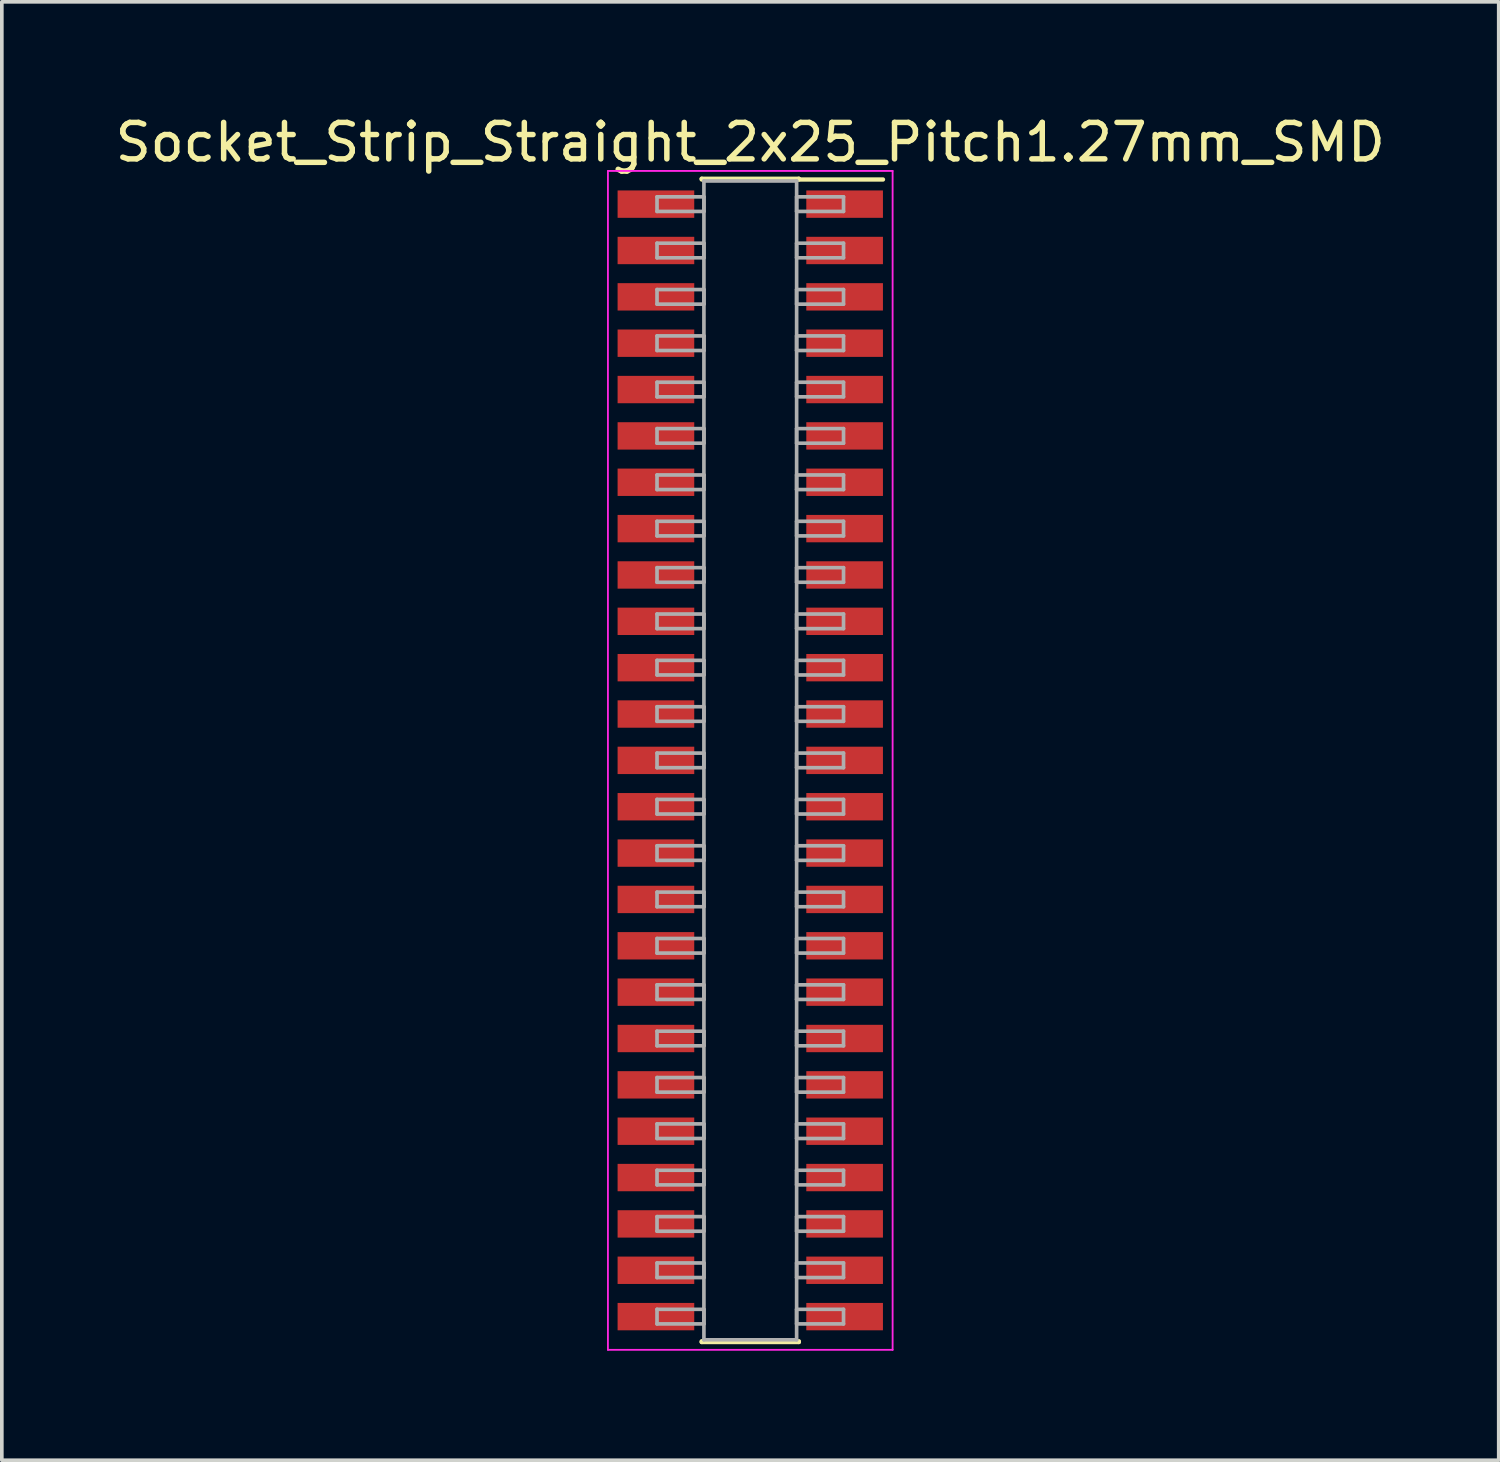
<source format=kicad_pcb>
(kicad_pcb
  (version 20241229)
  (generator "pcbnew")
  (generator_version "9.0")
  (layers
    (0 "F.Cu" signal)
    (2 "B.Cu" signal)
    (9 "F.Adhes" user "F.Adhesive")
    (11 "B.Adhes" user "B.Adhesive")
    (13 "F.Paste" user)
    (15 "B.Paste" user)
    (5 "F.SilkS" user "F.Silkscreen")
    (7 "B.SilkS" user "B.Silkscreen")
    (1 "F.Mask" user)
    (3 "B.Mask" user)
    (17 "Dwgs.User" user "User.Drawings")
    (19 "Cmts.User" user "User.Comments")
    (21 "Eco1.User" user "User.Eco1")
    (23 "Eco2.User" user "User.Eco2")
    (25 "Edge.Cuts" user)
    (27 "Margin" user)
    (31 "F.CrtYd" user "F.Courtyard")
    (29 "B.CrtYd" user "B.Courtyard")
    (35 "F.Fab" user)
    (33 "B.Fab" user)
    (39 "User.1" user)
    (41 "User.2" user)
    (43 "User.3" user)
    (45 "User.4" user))
  (footprint "Socket_Strip_Straight_2x25_Pitch1.27mm_SMD"
    (layer "F.Cu")
    (at 17.506 17.783)
    (property "Reference" "Socket_Strip_Straight_2x25_Pitch1.27mm_SMD" (at 0 -16.935 0) (layer "F.SilkS") (effects (font (size 1 1) (thickness 0.15))))
    (attr smd)
    (fp_line (start -1.33 -15.935) (end 1.33 -15.935) (stroke (width 0.12) (type solid)) (layer "F.SilkS"))
    (fp_line (start -1.33 -15.915) (end -1.33 -15.935) (stroke (width 0.12) (type solid)) (layer "F.SilkS"))
    (fp_line (start -1.33 15.915) (end -1.33 15.935) (stroke (width 0.12) (type solid)) (layer "F.SilkS"))
    (fp_line (start -1.33 15.935) (end 1.33 15.935) (stroke (width 0.12) (type solid)) (layer "F.SilkS"))
    (fp_line (start 1.33 -15.935) (end 1.33 -15.915) (stroke (width 0.12) (type solid)) (layer "F.SilkS"))
    (fp_line (start 1.33 15.935) (end 1.33 15.915) (stroke (width 0.12) (type solid)) (layer "F.SilkS"))
    (fp_line (start 3.635 -15.915) (end 1.33 -15.915) (stroke (width 0.12) (type solid)) (layer "F.SilkS"))
    (fp_line (start -3.9 -16.15) (end -3.9 16.15) (stroke (width 0.05) (type solid)) (layer "F.CrtYd"))
    (fp_line (start -3.9 16.15) (end 3.9 16.15) (stroke (width 0.05) (type solid)) (layer "F.CrtYd"))
    (fp_line (start 3.9 -16.15) (end -3.9 -16.15) (stroke (width 0.05) (type solid)) (layer "F.CrtYd"))
    (fp_line (start 3.9 16.15) (end 3.9 -16.15) (stroke (width 0.05) (type solid)) (layer "F.CrtYd"))
    (fp_line (start -2.555 -15.44) (end -1.27 -15.44) (stroke (width 0.1) (type solid)) (layer "F.Fab"))
    (fp_line (start -2.555 -15.04) (end -2.555 -15.44) (stroke (width 0.1) (type solid)) (layer "F.Fab"))
    (fp_line (start -2.555 -14.17) (end -1.27 -14.17) (stroke (width 0.1) (type solid)) (layer "F.Fab"))
    (fp_line (start -2.555 -13.77) (end -2.555 -14.17) (stroke (width 0.1) (type solid)) (layer "F.Fab"))
    (fp_line (start -2.555 -12.9) (end -1.27 -12.9) (stroke (width 0.1) (type solid)) (layer "F.Fab"))
    (fp_line (start -2.555 -12.5) (end -2.555 -12.9) (stroke (width 0.1) (type solid)) (layer "F.Fab"))
    (fp_line (start -2.555 -11.63) (end -1.27 -11.63) (stroke (width 0.1) (type solid)) (layer "F.Fab"))
    (fp_line (start -2.555 -11.23) (end -2.555 -11.63) (stroke (width 0.1) (type solid)) (layer "F.Fab"))
    (fp_line (start -2.555 -10.36) (end -1.27 -10.36) (stroke (width 0.1) (type solid)) (layer "F.Fab"))
    (fp_line (start -2.555 -9.96) (end -2.555 -10.36) (stroke (width 0.1) (type solid)) (layer "F.Fab"))
    (fp_line (start -2.555 -9.09) (end -1.27 -9.09) (stroke (width 0.1) (type solid)) (layer "F.Fab"))
    (fp_line (start -2.555 -8.69) (end -2.555 -9.09) (stroke (width 0.1) (type solid)) (layer "F.Fab"))
    (fp_line (start -2.555 -7.82) (end -1.27 -7.82) (stroke (width 0.1) (type solid)) (layer "F.Fab"))
    (fp_line (start -2.555 -7.42) (end -2.555 -7.82) (stroke (width 0.1) (type solid)) (layer "F.Fab"))
    (fp_line (start -2.555 -6.55) (end -1.27 -6.55) (stroke (width 0.1) (type solid)) (layer "F.Fab"))
    (fp_line (start -2.555 -6.15) (end -2.555 -6.55) (stroke (width 0.1) (type solid)) (layer "F.Fab"))
    (fp_line (start -2.555 -5.28) (end -1.27 -5.28) (stroke (width 0.1) (type solid)) (layer "F.Fab"))
    (fp_line (start -2.555 -4.88) (end -2.555 -5.28) (stroke (width 0.1) (type solid)) (layer "F.Fab"))
    (fp_line (start -2.555 -4.01) (end -1.27 -4.01) (stroke (width 0.1) (type solid)) (layer "F.Fab"))
    (fp_line (start -2.555 -3.61) (end -2.555 -4.01) (stroke (width 0.1) (type solid)) (layer "F.Fab"))
    (fp_line (start -2.555 -2.74) (end -1.27 -2.74) (stroke (width 0.1) (type solid)) (layer "F.Fab"))
    (fp_line (start -2.555 -2.34) (end -2.555 -2.74) (stroke (width 0.1) (type solid)) (layer "F.Fab"))
    (fp_line (start -2.555 -1.47) (end -1.27 -1.47) (stroke (width 0.1) (type solid)) (layer "F.Fab"))
    (fp_line (start -2.555 -1.07) (end -2.555 -1.47) (stroke (width 0.1) (type solid)) (layer "F.Fab"))
    (fp_line (start -2.555 -0.2) (end -1.27 -0.2) (stroke (width 0.1) (type solid)) (layer "F.Fab"))
    (fp_line (start -2.555 0.2) (end -2.555 -0.2) (stroke (width 0.1) (type solid)) (layer "F.Fab"))
    (fp_line (start -2.555 1.07) (end -1.27 1.07) (stroke (width 0.1) (type solid)) (layer "F.Fab"))
    (fp_line (start -2.555 1.47) (end -2.555 1.07) (stroke (width 0.1) (type solid)) (layer "F.Fab"))
    (fp_line (start -2.555 2.34) (end -1.27 2.34) (stroke (width 0.1) (type solid)) (layer "F.Fab"))
    (fp_line (start -2.555 2.74) (end -2.555 2.34) (stroke (width 0.1) (type solid)) (layer "F.Fab"))
    (fp_line (start -2.555 3.61) (end -1.27 3.61) (stroke (width 0.1) (type solid)) (layer "F.Fab"))
    (fp_line (start -2.555 4.01) (end -2.555 3.61) (stroke (width 0.1) (type solid)) (layer "F.Fab"))
    (fp_line (start -2.555 4.88) (end -1.27 4.88) (stroke (width 0.1) (type solid)) (layer "F.Fab"))
    (fp_line (start -2.555 5.28) (end -2.555 4.88) (stroke (width 0.1) (type solid)) (layer "F.Fab"))
    (fp_line (start -2.555 6.15) (end -1.27 6.15) (stroke (width 0.1) (type solid)) (layer "F.Fab"))
    (fp_line (start -2.555 6.55) (end -2.555 6.15) (stroke (width 0.1) (type solid)) (layer "F.Fab"))
    (fp_line (start -2.555 7.42) (end -1.27 7.42) (stroke (width 0.1) (type solid)) (layer "F.Fab"))
    (fp_line (start -2.555 7.82) (end -2.555 7.42) (stroke (width 0.1) (type solid)) (layer "F.Fab"))
    (fp_line (start -2.555 8.69) (end -1.27 8.69) (stroke (width 0.1) (type solid)) (layer "F.Fab"))
    (fp_line (start -2.555 9.09) (end -2.555 8.69) (stroke (width 0.1) (type solid)) (layer "F.Fab"))
    (fp_line (start -2.555 9.96) (end -1.27 9.96) (stroke (width 0.1) (type solid)) (layer "F.Fab"))
    (fp_line (start -2.555 10.36) (end -2.555 9.96) (stroke (width 0.1) (type solid)) (layer "F.Fab"))
    (fp_line (start -2.555 11.23) (end -1.27 11.23) (stroke (width 0.1) (type solid)) (layer "F.Fab"))
    (fp_line (start -2.555 11.63) (end -2.555 11.23) (stroke (width 0.1) (type solid)) (layer "F.Fab"))
    (fp_line (start -2.555 12.5) (end -1.27 12.5) (stroke (width 0.1) (type solid)) (layer "F.Fab"))
    (fp_line (start -2.555 12.9) (end -2.555 12.5) (stroke (width 0.1) (type solid)) (layer "F.Fab"))
    (fp_line (start -2.555 13.77) (end -1.27 13.77) (stroke (width 0.1) (type solid)) (layer "F.Fab"))
    (fp_line (start -2.555 14.17) (end -2.555 13.77) (stroke (width 0.1) (type solid)) (layer "F.Fab"))
    (fp_line (start -2.555 15.04) (end -1.27 15.04) (stroke (width 0.1) (type solid)) (layer "F.Fab"))
    (fp_line (start -2.555 15.44) (end -2.555 15.04) (stroke (width 0.1) (type solid)) (layer "F.Fab"))
    (fp_line (start -1.27 -15.875) (end -1.27 15.875) (stroke (width 0.1) (type solid)) (layer "F.Fab"))
    (fp_line (start -1.27 -15.44) (end -1.27 -15.04) (stroke (width 0.1) (type solid)) (layer "F.Fab"))
    (fp_line (start -1.27 -15.04) (end -2.555 -15.04) (stroke (width 0.1) (type solid)) (layer "F.Fab"))
    (fp_line (start -1.27 -14.17) (end -1.27 -13.77) (stroke (width 0.1) (type solid)) (layer "F.Fab"))
    (fp_line (start -1.27 -13.77) (end -2.555 -13.77) (stroke (width 0.1) (type solid)) (layer "F.Fab"))
    (fp_line (start -1.27 -12.9) (end -1.27 -12.5) (stroke (width 0.1) (type solid)) (layer "F.Fab"))
    (fp_line (start -1.27 -12.5) (end -2.555 -12.5) (stroke (width 0.1) (type solid)) (layer "F.Fab"))
    (fp_line (start -1.27 -11.63) (end -1.27 -11.23) (stroke (width 0.1) (type solid)) (layer "F.Fab"))
    (fp_line (start -1.27 -11.23) (end -2.555 -11.23) (stroke (width 0.1) (type solid)) (layer "F.Fab"))
    (fp_line (start -1.27 -10.36) (end -1.27 -9.96) (stroke (width 0.1) (type solid)) (layer "F.Fab"))
    (fp_line (start -1.27 -9.96) (end -2.555 -9.96) (stroke (width 0.1) (type solid)) (layer "F.Fab"))
    (fp_line (start -1.27 -9.09) (end -1.27 -8.69) (stroke (width 0.1) (type solid)) (layer "F.Fab"))
    (fp_line (start -1.27 -8.69) (end -2.555 -8.69) (stroke (width 0.1) (type solid)) (layer "F.Fab"))
    (fp_line (start -1.27 -7.82) (end -1.27 -7.42) (stroke (width 0.1) (type solid)) (layer "F.Fab"))
    (fp_line (start -1.27 -7.42) (end -2.555 -7.42) (stroke (width 0.1) (type solid)) (layer "F.Fab"))
    (fp_line (start -1.27 -6.55) (end -1.27 -6.15) (stroke (width 0.1) (type solid)) (layer "F.Fab"))
    (fp_line (start -1.27 -6.15) (end -2.555 -6.15) (stroke (width 0.1) (type solid)) (layer "F.Fab"))
    (fp_line (start -1.27 -5.28) (end -1.27 -4.88) (stroke (width 0.1) (type solid)) (layer "F.Fab"))
    (fp_line (start -1.27 -4.88) (end -2.555 -4.88) (stroke (width 0.1) (type solid)) (layer "F.Fab"))
    (fp_line (start -1.27 -4.01) (end -1.27 -3.61) (stroke (width 0.1) (type solid)) (layer "F.Fab"))
    (fp_line (start -1.27 -3.61) (end -2.555 -3.61) (stroke (width 0.1) (type solid)) (layer "F.Fab"))
    (fp_line (start -1.27 -2.74) (end -1.27 -2.34) (stroke (width 0.1) (type solid)) (layer "F.Fab"))
    (fp_line (start -1.27 -2.34) (end -2.555 -2.34) (stroke (width 0.1) (type solid)) (layer "F.Fab"))
    (fp_line (start -1.27 -1.47) (end -1.27 -1.07) (stroke (width 0.1) (type solid)) (layer "F.Fab"))
    (fp_line (start -1.27 -1.07) (end -2.555 -1.07) (stroke (width 0.1) (type solid)) (layer "F.Fab"))
    (fp_line (start -1.27 -0.2) (end -1.27 0.2) (stroke (width 0.1) (type solid)) (layer "F.Fab"))
    (fp_line (start -1.27 0.2) (end -2.555 0.2) (stroke (width 0.1) (type solid)) (layer "F.Fab"))
    (fp_line (start -1.27 1.07) (end -1.27 1.47) (stroke (width 0.1) (type solid)) (layer "F.Fab"))
    (fp_line (start -1.27 1.47) (end -2.555 1.47) (stroke (width 0.1) (type solid)) (layer "F.Fab"))
    (fp_line (start -1.27 2.34) (end -1.27 2.74) (stroke (width 0.1) (type solid)) (layer "F.Fab"))
    (fp_line (start -1.27 2.74) (end -2.555 2.74) (stroke (width 0.1) (type solid)) (layer "F.Fab"))
    (fp_line (start -1.27 3.61) (end -1.27 4.01) (stroke (width 0.1) (type solid)) (layer "F.Fab"))
    (fp_line (start -1.27 4.01) (end -2.555 4.01) (stroke (width 0.1) (type solid)) (layer "F.Fab"))
    (fp_line (start -1.27 4.88) (end -1.27 5.28) (stroke (width 0.1) (type solid)) (layer "F.Fab"))
    (fp_line (start -1.27 5.28) (end -2.555 5.28) (stroke (width 0.1) (type solid)) (layer "F.Fab"))
    (fp_line (start -1.27 6.15) (end -1.27 6.55) (stroke (width 0.1) (type solid)) (layer "F.Fab"))
    (fp_line (start -1.27 6.55) (end -2.555 6.55) (stroke (width 0.1) (type solid)) (layer "F.Fab"))
    (fp_line (start -1.27 7.42) (end -1.27 7.82) (stroke (width 0.1) (type solid)) (layer "F.Fab"))
    (fp_line (start -1.27 7.82) (end -2.555 7.82) (stroke (width 0.1) (type solid)) (layer "F.Fab"))
    (fp_line (start -1.27 8.69) (end -1.27 9.09) (stroke (width 0.1) (type solid)) (layer "F.Fab"))
    (fp_line (start -1.27 9.09) (end -2.555 9.09) (stroke (width 0.1) (type solid)) (layer "F.Fab"))
    (fp_line (start -1.27 9.96) (end -1.27 10.36) (stroke (width 0.1) (type solid)) (layer "F.Fab"))
    (fp_line (start -1.27 10.36) (end -2.555 10.36) (stroke (width 0.1) (type solid)) (layer "F.Fab"))
    (fp_line (start -1.27 11.23) (end -1.27 11.63) (stroke (width 0.1) (type solid)) (layer "F.Fab"))
    (fp_line (start -1.27 11.63) (end -2.555 11.63) (stroke (width 0.1) (type solid)) (layer "F.Fab"))
    (fp_line (start -1.27 12.5) (end -1.27 12.9) (stroke (width 0.1) (type solid)) (layer "F.Fab"))
    (fp_line (start -1.27 12.9) (end -2.555 12.9) (stroke (width 0.1) (type solid)) (layer "F.Fab"))
    (fp_line (start -1.27 13.77) (end -1.27 14.17) (stroke (width 0.1) (type solid)) (layer "F.Fab"))
    (fp_line (start -1.27 14.17) (end -2.555 14.17) (stroke (width 0.1) (type solid)) (layer "F.Fab"))
    (fp_line (start -1.27 15.04) (end -1.27 15.44) (stroke (width 0.1) (type solid)) (layer "F.Fab"))
    (fp_line (start -1.27 15.44) (end -2.555 15.44) (stroke (width 0.1) (type solid)) (layer "F.Fab"))
    (fp_line (start -1.27 15.875) (end 1.27 15.875) (stroke (width 0.1) (type solid)) (layer "F.Fab"))
    (fp_line (start 1.27 -15.875) (end -1.27 -15.875) (stroke (width 0.1) (type solid)) (layer "F.Fab"))
    (fp_line (start 1.27 -15.44) (end 1.27 -15.04) (stroke (width 0.1) (type solid)) (layer "F.Fab"))
    (fp_line (start 1.27 -15.04) (end 2.555 -15.04) (stroke (width 0.1) (type solid)) (layer "F.Fab"))
    (fp_line (start 1.27 -14.17) (end 1.27 -13.77) (stroke (width 0.1) (type solid)) (layer "F.Fab"))
    (fp_line (start 1.27 -13.77) (end 2.555 -13.77) (stroke (width 0.1) (type solid)) (layer "F.Fab"))
    (fp_line (start 1.27 -12.9) (end 1.27 -12.5) (stroke (width 0.1) (type solid)) (layer "F.Fab"))
    (fp_line (start 1.27 -12.5) (end 2.555 -12.5) (stroke (width 0.1) (type solid)) (layer "F.Fab"))
    (fp_line (start 1.27 -11.63) (end 1.27 -11.23) (stroke (width 0.1) (type solid)) (layer "F.Fab"))
    (fp_line (start 1.27 -11.23) (end 2.555 -11.23) (stroke (width 0.1) (type solid)) (layer "F.Fab"))
    (fp_line (start 1.27 -10.36) (end 1.27 -9.96) (stroke (width 0.1) (type solid)) (layer "F.Fab"))
    (fp_line (start 1.27 -9.96) (end 2.555 -9.96) (stroke (width 0.1) (type solid)) (layer "F.Fab"))
    (fp_line (start 1.27 -9.09) (end 1.27 -8.69) (stroke (width 0.1) (type solid)) (layer "F.Fab"))
    (fp_line (start 1.27 -8.69) (end 2.555 -8.69) (stroke (width 0.1) (type solid)) (layer "F.Fab"))
    (fp_line (start 1.27 -7.82) (end 1.27 -7.42) (stroke (width 0.1) (type solid)) (layer "F.Fab"))
    (fp_line (start 1.27 -7.42) (end 2.555 -7.42) (stroke (width 0.1) (type solid)) (layer "F.Fab"))
    (fp_line (start 1.27 -6.55) (end 1.27 -6.15) (stroke (width 0.1) (type solid)) (layer "F.Fab"))
    (fp_line (start 1.27 -6.15) (end 2.555 -6.15) (stroke (width 0.1) (type solid)) (layer "F.Fab"))
    (fp_line (start 1.27 -5.28) (end 1.27 -4.88) (stroke (width 0.1) (type solid)) (layer "F.Fab"))
    (fp_line (start 1.27 -4.88) (end 2.555 -4.88) (stroke (width 0.1) (type solid)) (layer "F.Fab"))
    (fp_line (start 1.27 -4.01) (end 1.27 -3.61) (stroke (width 0.1) (type solid)) (layer "F.Fab"))
    (fp_line (start 1.27 -3.61) (end 2.555 -3.61) (stroke (width 0.1) (type solid)) (layer "F.Fab"))
    (fp_line (start 1.27 -2.74) (end 1.27 -2.34) (stroke (width 0.1) (type solid)) (layer "F.Fab"))
    (fp_line (start 1.27 -2.34) (end 2.555 -2.34) (stroke (width 0.1) (type solid)) (layer "F.Fab"))
    (fp_line (start 1.27 -1.47) (end 1.27 -1.07) (stroke (width 0.1) (type solid)) (layer "F.Fab"))
    (fp_line (start 1.27 -1.07) (end 2.555 -1.07) (stroke (width 0.1) (type solid)) (layer "F.Fab"))
    (fp_line (start 1.27 -0.2) (end 1.27 0.2) (stroke (width 0.1) (type solid)) (layer "F.Fab"))
    (fp_line (start 1.27 0.2) (end 2.555 0.2) (stroke (width 0.1) (type solid)) (layer "F.Fab"))
    (fp_line (start 1.27 1.07) (end 1.27 1.47) (stroke (width 0.1) (type solid)) (layer "F.Fab"))
    (fp_line (start 1.27 1.47) (end 2.555 1.47) (stroke (width 0.1) (type solid)) (layer "F.Fab"))
    (fp_line (start 1.27 2.34) (end 1.27 2.74) (stroke (width 0.1) (type solid)) (layer "F.Fab"))
    (fp_line (start 1.27 2.74) (end 2.555 2.74) (stroke (width 0.1) (type solid)) (layer "F.Fab"))
    (fp_line (start 1.27 3.61) (end 1.27 4.01) (stroke (width 0.1) (type solid)) (layer "F.Fab"))
    (fp_line (start 1.27 4.01) (end 2.555 4.01) (stroke (width 0.1) (type solid)) (layer "F.Fab"))
    (fp_line (start 1.27 4.88) (end 1.27 5.28) (stroke (width 0.1) (type solid)) (layer "F.Fab"))
    (fp_line (start 1.27 5.28) (end 2.555 5.28) (stroke (width 0.1) (type solid)) (layer "F.Fab"))
    (fp_line (start 1.27 6.15) (end 1.27 6.55) (stroke (width 0.1) (type solid)) (layer "F.Fab"))
    (fp_line (start 1.27 6.55) (end 2.555 6.55) (stroke (width 0.1) (type solid)) (layer "F.Fab"))
    (fp_line (start 1.27 7.42) (end 1.27 7.82) (stroke (width 0.1) (type solid)) (layer "F.Fab"))
    (fp_line (start 1.27 7.82) (end 2.555 7.82) (stroke (width 0.1) (type solid)) (layer "F.Fab"))
    (fp_line (start 1.27 8.69) (end 1.27 9.09) (stroke (width 0.1) (type solid)) (layer "F.Fab"))
    (fp_line (start 1.27 9.09) (end 2.555 9.09) (stroke (width 0.1) (type solid)) (layer "F.Fab"))
    (fp_line (start 1.27 9.96) (end 1.27 10.36) (stroke (width 0.1) (type solid)) (layer "F.Fab"))
    (fp_line (start 1.27 10.36) (end 2.555 10.36) (stroke (width 0.1) (type solid)) (layer "F.Fab"))
    (fp_line (start 1.27 11.23) (end 1.27 11.63) (stroke (width 0.1) (type solid)) (layer "F.Fab"))
    (fp_line (start 1.27 11.63) (end 2.555 11.63) (stroke (width 0.1) (type solid)) (layer "F.Fab"))
    (fp_line (start 1.27 12.5) (end 1.27 12.9) (stroke (width 0.1) (type solid)) (layer "F.Fab"))
    (fp_line (start 1.27 12.9) (end 2.555 12.9) (stroke (width 0.1) (type solid)) (layer "F.Fab"))
    (fp_line (start 1.27 13.77) (end 1.27 14.17) (stroke (width 0.1) (type solid)) (layer "F.Fab"))
    (fp_line (start 1.27 14.17) (end 2.555 14.17) (stroke (width 0.1) (type solid)) (layer "F.Fab"))
    (fp_line (start 1.27 15.04) (end 1.27 15.44) (stroke (width 0.1) (type solid)) (layer "F.Fab"))
    (fp_line (start 1.27 15.44) (end 2.555 15.44) (stroke (width 0.1) (type solid)) (layer "F.Fab"))
    (fp_line (start 1.27 15.875) (end 1.27 -15.875) (stroke (width 0.1) (type solid)) (layer "F.Fab"))
    (fp_line (start 2.555 -15.44) (end 1.27 -15.44) (stroke (width 0.1) (type solid)) (layer "F.Fab"))
    (fp_line (start 2.555 -15.04) (end 2.555 -15.44) (stroke (width 0.1) (type solid)) (layer "F.Fab"))
    (fp_line (start 2.555 -14.17) (end 1.27 -14.17) (stroke (width 0.1) (type solid)) (layer "F.Fab"))
    (fp_line (start 2.555 -13.77) (end 2.555 -14.17) (stroke (width 0.1) (type solid)) (layer "F.Fab"))
    (fp_line (start 2.555 -12.9) (end 1.27 -12.9) (stroke (width 0.1) (type solid)) (layer "F.Fab"))
    (fp_line (start 2.555 -12.5) (end 2.555 -12.9) (stroke (width 0.1) (type solid)) (layer "F.Fab"))
    (fp_line (start 2.555 -11.63) (end 1.27 -11.63) (stroke (width 0.1) (type solid)) (layer "F.Fab"))
    (fp_line (start 2.555 -11.23) (end 2.555 -11.63) (stroke (width 0.1) (type solid)) (layer "F.Fab"))
    (fp_line (start 2.555 -10.36) (end 1.27 -10.36) (stroke (width 0.1) (type solid)) (layer "F.Fab"))
    (fp_line (start 2.555 -9.96) (end 2.555 -10.36) (stroke (width 0.1) (type solid)) (layer "F.Fab"))
    (fp_line (start 2.555 -9.09) (end 1.27 -9.09) (stroke (width 0.1) (type solid)) (layer "F.Fab"))
    (fp_line (start 2.555 -8.69) (end 2.555 -9.09) (stroke (width 0.1) (type solid)) (layer "F.Fab"))
    (fp_line (start 2.555 -7.82) (end 1.27 -7.82) (stroke (width 0.1) (type solid)) (layer "F.Fab"))
    (fp_line (start 2.555 -7.42) (end 2.555 -7.82) (stroke (width 0.1) (type solid)) (layer "F.Fab"))
    (fp_line (start 2.555 -6.55) (end 1.27 -6.55) (stroke (width 0.1) (type solid)) (layer "F.Fab"))
    (fp_line (start 2.555 -6.15) (end 2.555 -6.55) (stroke (width 0.1) (type solid)) (layer "F.Fab"))
    (fp_line (start 2.555 -5.28) (end 1.27 -5.28) (stroke (width 0.1) (type solid)) (layer "F.Fab"))
    (fp_line (start 2.555 -4.88) (end 2.555 -5.28) (stroke (width 0.1) (type solid)) (layer "F.Fab"))
    (fp_line (start 2.555 -4.01) (end 1.27 -4.01) (stroke (width 0.1) (type solid)) (layer "F.Fab"))
    (fp_line (start 2.555 -3.61) (end 2.555 -4.01) (stroke (width 0.1) (type solid)) (layer "F.Fab"))
    (fp_line (start 2.555 -2.74) (end 1.27 -2.74) (stroke (width 0.1) (type solid)) (layer "F.Fab"))
    (fp_line (start 2.555 -2.34) (end 2.555 -2.74) (stroke (width 0.1) (type solid)) (layer "F.Fab"))
    (fp_line (start 2.555 -1.47) (end 1.27 -1.47) (stroke (width 0.1) (type solid)) (layer "F.Fab"))
    (fp_line (start 2.555 -1.07) (end 2.555 -1.47) (stroke (width 0.1) (type solid)) (layer "F.Fab"))
    (fp_line (start 2.555 -0.2) (end 1.27 -0.2) (stroke (width 0.1) (type solid)) (layer "F.Fab"))
    (fp_line (start 2.555 0.2) (end 2.555 -0.2) (stroke (width 0.1) (type solid)) (layer "F.Fab"))
    (fp_line (start 2.555 1.07) (end 1.27 1.07) (stroke (width 0.1) (type solid)) (layer "F.Fab"))
    (fp_line (start 2.555 1.47) (end 2.555 1.07) (stroke (width 0.1) (type solid)) (layer "F.Fab"))
    (fp_line (start 2.555 2.34) (end 1.27 2.34) (stroke (width 0.1) (type solid)) (layer "F.Fab"))
    (fp_line (start 2.555 2.74) (end 2.555 2.34) (stroke (width 0.1) (type solid)) (layer "F.Fab"))
    (fp_line (start 2.555 3.61) (end 1.27 3.61) (stroke (width 0.1) (type solid)) (layer "F.Fab"))
    (fp_line (start 2.555 4.01) (end 2.555 3.61) (stroke (width 0.1) (type solid)) (layer "F.Fab"))
    (fp_line (start 2.555 4.88) (end 1.27 4.88) (stroke (width 0.1) (type solid)) (layer "F.Fab"))
    (fp_line (start 2.555 5.28) (end 2.555 4.88) (stroke (width 0.1) (type solid)) (layer "F.Fab"))
    (fp_line (start 2.555 6.15) (end 1.27 6.15) (stroke (width 0.1) (type solid)) (layer "F.Fab"))
    (fp_line (start 2.555 6.55) (end 2.555 6.15) (stroke (width 0.1) (type solid)) (layer "F.Fab"))
    (fp_line (start 2.555 7.42) (end 1.27 7.42) (stroke (width 0.1) (type solid)) (layer "F.Fab"))
    (fp_line (start 2.555 7.82) (end 2.555 7.42) (stroke (width 0.1) (type solid)) (layer "F.Fab"))
    (fp_line (start 2.555 8.69) (end 1.27 8.69) (stroke (width 0.1) (type solid)) (layer "F.Fab"))
    (fp_line (start 2.555 9.09) (end 2.555 8.69) (stroke (width 0.1) (type solid)) (layer "F.Fab"))
    (fp_line (start 2.555 9.96) (end 1.27 9.96) (stroke (width 0.1) (type solid)) (layer "F.Fab"))
    (fp_line (start 2.555 10.36) (end 2.555 9.96) (stroke (width 0.1) (type solid)) (layer "F.Fab"))
    (fp_line (start 2.555 11.23) (end 1.27 11.23) (stroke (width 0.1) (type solid)) (layer "F.Fab"))
    (fp_line (start 2.555 11.63) (end 2.555 11.23) (stroke (width 0.1) (type solid)) (layer "F.Fab"))
    (fp_line (start 2.555 12.5) (end 1.27 12.5) (stroke (width 0.1) (type solid)) (layer "F.Fab"))
    (fp_line (start 2.555 12.9) (end 2.555 12.5) (stroke (width 0.1) (type solid)) (layer "F.Fab"))
    (fp_line (start 2.555 13.77) (end 1.27 13.77) (stroke (width 0.1) (type solid)) (layer "F.Fab"))
    (fp_line (start 2.555 14.17) (end 2.555 13.77) (stroke (width 0.1) (type solid)) (layer "F.Fab"))
    (fp_line (start 2.555 15.04) (end 1.27 15.04) (stroke (width 0.1) (type solid)) (layer "F.Fab"))
    (fp_line (start 2.555 15.44) (end 2.555 15.04) (stroke (width 0.1) (type solid)) (layer "F.Fab"))
    (pad "1" smd rect (at 2.585 -15.24) (size 2.1 0.75) (layers "F.Cu" "F.Mask"))
    (pad "2" smd rect (at -2.585 -15.24) (size 2.1 0.75) (layers "F.Cu" "F.Mask"))
    (pad "3" smd rect (at 2.585 -13.97) (size 2.1 0.75) (layers "F.Cu" "F.Mask"))
    (pad "4" smd rect (at -2.585 -13.97) (size 2.1 0.75) (layers "F.Cu" "F.Mask"))
    (pad "5" smd rect (at 2.585 -12.7) (size 2.1 0.75) (layers "F.Cu" "F.Mask"))
    (pad "6" smd rect (at -2.585 -12.7) (size 2.1 0.75) (layers "F.Cu" "F.Mask"))
    (pad "7" smd rect (at 2.585 -11.43) (size 2.1 0.75) (layers "F.Cu" "F.Mask"))
    (pad "8" smd rect (at -2.585 -11.43) (size 2.1 0.75) (layers "F.Cu" "F.Mask"))
    (pad "9" smd rect (at 2.585 -10.16) (size 2.1 0.75) (layers "F.Cu" "F.Mask"))
    (pad "10" smd rect (at -2.585 -10.16) (size 2.1 0.75) (layers "F.Cu" "F.Mask"))
    (pad "11" smd rect (at 2.585 -8.89) (size 2.1 0.75) (layers "F.Cu" "F.Mask"))
    (pad "12" smd rect (at -2.585 -8.89) (size 2.1 0.75) (layers "F.Cu" "F.Mask"))
    (pad "13" smd rect (at 2.585 -7.62) (size 2.1 0.75) (layers "F.Cu" "F.Mask"))
    (pad "14" smd rect (at -2.585 -7.62) (size 2.1 0.75) (layers "F.Cu" "F.Mask"))
    (pad "15" smd rect (at 2.585 -6.35) (size 2.1 0.75) (layers "F.Cu" "F.Mask"))
    (pad "16" smd rect (at -2.585 -6.35) (size 2.1 0.75) (layers "F.Cu" "F.Mask"))
    (pad "17" smd rect (at 2.585 -5.08) (size 2.1 0.75) (layers "F.Cu" "F.Mask"))
    (pad "18" smd rect (at -2.585 -5.08) (size 2.1 0.75) (layers "F.Cu" "F.Mask"))
    (pad "19" smd rect (at 2.585 -3.81) (size 2.1 0.75) (layers "F.Cu" "F.Mask"))
    (pad "20" smd rect (at -2.585 -3.81) (size 2.1 0.75) (layers "F.Cu" "F.Mask"))
    (pad "21" smd rect (at 2.585 -2.54) (size 2.1 0.75) (layers "F.Cu" "F.Mask"))
    (pad "22" smd rect (at -2.585 -2.54) (size 2.1 0.75) (layers "F.Cu" "F.Mask"))
    (pad "23" smd rect (at 2.585 -1.27) (size 2.1 0.75) (layers "F.Cu" "F.Mask"))
    (pad "24" smd rect (at -2.585 -1.27) (size 2.1 0.75) (layers "F.Cu" "F.Mask"))
    (pad "25" smd rect (at 2.585 0) (size 2.1 0.75) (layers "F.Cu" "F.Mask"))
    (pad "26" smd rect (at -2.585 0) (size 2.1 0.75) (layers "F.Cu" "F.Mask"))
    (pad "27" smd rect (at 2.585 1.27) (size 2.1 0.75) (layers "F.Cu" "F.Mask"))
    (pad "28" smd rect (at -2.585 1.27) (size 2.1 0.75) (layers "F.Cu" "F.Mask"))
    (pad "29" smd rect (at 2.585 2.54) (size 2.1 0.75) (layers "F.Cu" "F.Mask"))
    (pad "30" smd rect (at -2.585 2.54) (size 2.1 0.75) (layers "F.Cu" "F.Mask"))
    (pad "31" smd rect (at 2.585 3.81) (size 2.1 0.75) (layers "F.Cu" "F.Mask"))
    (pad "32" smd rect (at -2.585 3.81) (size 2.1 0.75) (layers "F.Cu" "F.Mask"))
    (pad "33" smd rect (at 2.585 5.08) (size 2.1 0.75) (layers "F.Cu" "F.Mask"))
    (pad "34" smd rect (at -2.585 5.08) (size 2.1 0.75) (layers "F.Cu" "F.Mask"))
    (pad "35" smd rect (at 2.585 6.35) (size 2.1 0.75) (layers "F.Cu" "F.Mask"))
    (pad "36" smd rect (at -2.585 6.35) (size 2.1 0.75) (layers "F.Cu" "F.Mask"))
    (pad "37" smd rect (at 2.585 7.62) (size 2.1 0.75) (layers "F.Cu" "F.Mask"))
    (pad "38" smd rect (at -2.585 7.62) (size 2.1 0.75) (layers "F.Cu" "F.Mask"))
    (pad "39" smd rect (at 2.585 8.89) (size 2.1 0.75) (layers "F.Cu" "F.Mask"))
    (pad "40" smd rect (at -2.585 8.89) (size 2.1 0.75) (layers "F.Cu" "F.Mask"))
    (pad "41" smd rect (at 2.585 10.16) (size 2.1 0.75) (layers "F.Cu" "F.Mask"))
    (pad "42" smd rect (at -2.585 10.16) (size 2.1 0.75) (layers "F.Cu" "F.Mask"))
    (pad "43" smd rect (at 2.585 11.43) (size 2.1 0.75) (layers "F.Cu" "F.Mask"))
    (pad "44" smd rect (at -2.585 11.43) (size 2.1 0.75) (layers "F.Cu" "F.Mask"))
    (pad "45" smd rect (at 2.585 12.7) (size 2.1 0.75) (layers "F.Cu" "F.Mask"))
    (pad "46" smd rect (at -2.585 12.7) (size 2.1 0.75) (layers "F.Cu" "F.Mask"))
    (pad "47" smd rect (at 2.585 13.97) (size 2.1 0.75) (layers "F.Cu" "F.Mask"))
    (pad "48" smd rect (at -2.585 13.97) (size 2.1 0.75) (layers "F.Cu" "F.Mask"))
    (pad "49" smd rect (at 2.585 15.24) (size 2.1 0.75) (layers "F.Cu" "F.Mask"))
    (pad "50" smd rect (at -2.585 15.24) (size 2.1 0.75) (layers "F.Cu" "F.Mask")))
  (gr_rect
    (start -3 -3)
    (end 38.012 36.958)
    (stroke (width 0.1) (type default))
    (fill no)
    (layer "Edge.Cuts")))
</source>
